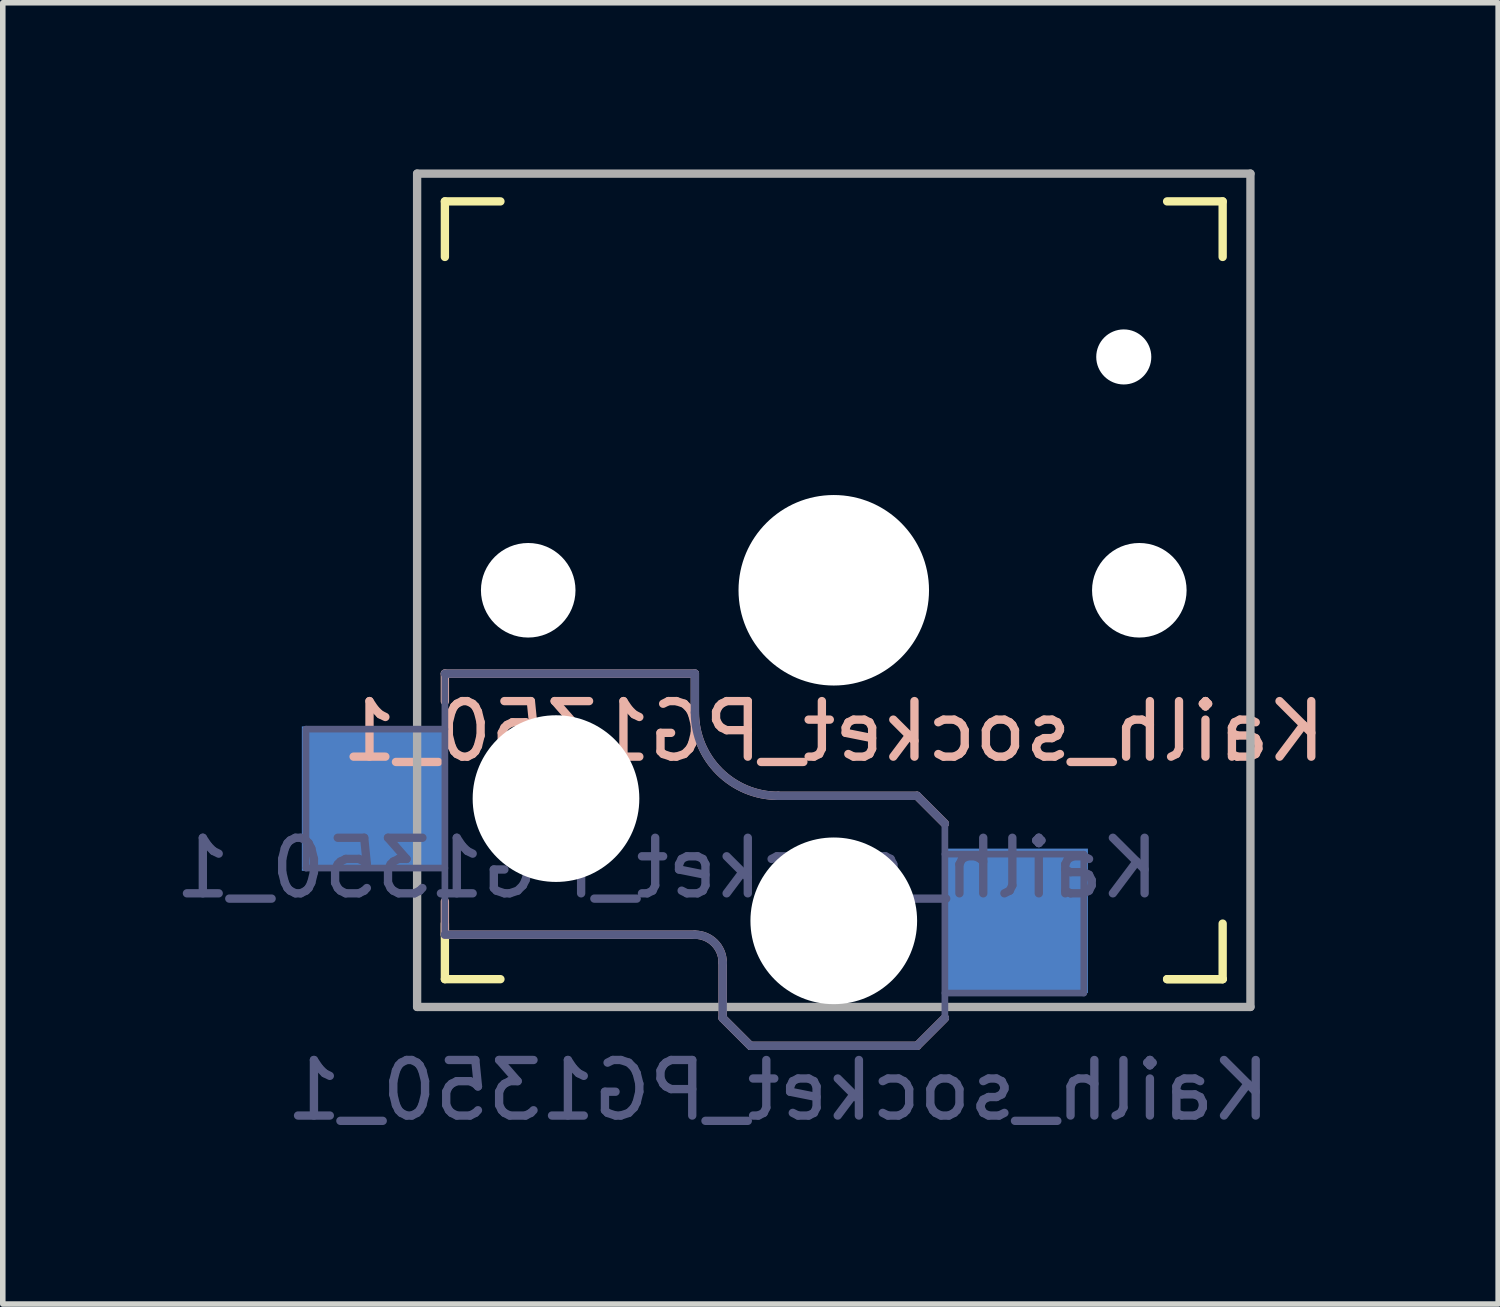
<source format=kicad_pcb>
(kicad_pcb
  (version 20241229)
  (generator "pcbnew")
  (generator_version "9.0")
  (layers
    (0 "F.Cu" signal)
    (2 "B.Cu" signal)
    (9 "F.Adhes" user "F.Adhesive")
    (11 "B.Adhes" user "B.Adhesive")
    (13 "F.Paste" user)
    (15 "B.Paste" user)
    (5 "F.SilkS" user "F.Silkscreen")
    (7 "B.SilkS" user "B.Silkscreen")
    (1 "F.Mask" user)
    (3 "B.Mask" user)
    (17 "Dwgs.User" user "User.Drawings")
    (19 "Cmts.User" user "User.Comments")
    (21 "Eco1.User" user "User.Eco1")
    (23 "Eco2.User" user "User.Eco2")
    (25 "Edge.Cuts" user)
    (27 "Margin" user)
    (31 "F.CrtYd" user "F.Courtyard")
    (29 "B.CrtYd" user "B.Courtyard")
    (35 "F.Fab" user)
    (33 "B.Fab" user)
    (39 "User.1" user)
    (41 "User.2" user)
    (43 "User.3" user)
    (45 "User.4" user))
  (footprint "Kailh_socket_PG1350_1"
    (layer "F.Cu")
    (at 11.958 7.575)
    (property "Reference" "Kailh_socket_PG1350_1" (at 0 2.54 0) (layer "B.SilkS") (effects (font (size 1 1) (thickness 0.15)) (justify mirror)))
    (property "Value" "Kailh_socket_PG1350_1" (at 0 8.255 0) (layer "F.Fab") (hide yes) (effects (font (size 1 1) (thickness 0.15))))
    (attr smd)
    (fp_line (start -7 -6) (end -7 -7) (stroke (width 0.15) (type solid)) (layer "F.SilkS"))
    (fp_line (start -7 7) (end -7 6) (stroke (width 0.15) (type solid)) (layer "F.SilkS"))
    (fp_line (start -7 7) (end -6 7) (stroke (width 0.15) (type solid)) (layer "F.SilkS"))
    (fp_line (start -6 -7) (end -7 -7) (stroke (width 0.15) (type solid)) (layer "F.SilkS"))
    (fp_line (start 6 7) (end 7 7) (stroke (width 0.15) (type solid)) (layer "F.SilkS"))
    (fp_line (start 7 -7) (end 6 -7) (stroke (width 0.15) (type solid)) (layer "F.SilkS"))
    (fp_line (start 7 -7) (end 7 -6) (stroke (width 0.15) (type solid)) (layer "F.SilkS"))
    (fp_line (start 7 6) (end 7 7) (stroke (width 0.15) (type solid)) (layer "F.SilkS"))
    (fp_line (start 7 7) (end 6 7) (stroke (width 0.15) (type solid)) (layer "F.SilkS"))
    (fp_line (start -7 1.5) (end -7 2) (stroke (width 0.15) (type solid)) (layer "B.SilkS"))
    (fp_line (start -7 5.6) (end -7 6.2) (stroke (width 0.15) (type solid)) (layer "B.SilkS"))
    (fp_line (start -7 6.2) (end -2.5 6.2) (stroke (width 0.15) (type solid)) (layer "B.SilkS"))
    (fp_line (start -2.5 1.5) (end -7 1.5) (stroke (width 0.15) (type solid)) (layer "B.SilkS"))
    (fp_line (start -2.5 2.2) (end -2.5 1.5) (stroke (width 0.15) (type solid)) (layer "B.SilkS"))
    (fp_line (start -2 6.7) (end -2 7.7) (stroke (width 0.15) (type solid)) (layer "B.SilkS"))
    (fp_line (start -1.5 8.2) (end -2 7.7) (stroke (width 0.15) (type solid)) (layer "B.SilkS"))
    (fp_line (start 1.5 3.7) (end -1 3.7) (stroke (width 0.15) (type solid)) (layer "B.SilkS"))
    (fp_line (start 1.5 8.2) (end -1.5 8.2) (stroke (width 0.15) (type solid)) (layer "B.SilkS"))
    (fp_line (start 2 4.2) (end 1.5 3.7) (stroke (width 0.15) (type solid)) (layer "B.SilkS"))
    (fp_line (start 2 7.7) (end 1.5 8.2) (stroke (width 0.15) (type solid)) (layer "B.SilkS"))
    (fp_arc (start -2.5 6.2) (mid -2.146447 6.346447) (end -2 6.7) (stroke (width 0.15) (type solid)) (layer "B.SilkS"))
    (fp_arc (start -1 3.7) (mid -2.06066 3.26066) (end -2.5 2.2) (stroke (width 0.15) (type solid)) (layer "B.SilkS"))
    (fp_line (start -6.9 6.9) (end -6.9 -6.9) (stroke (width 0.15) (type solid)) (layer "Eco2.User"))
    (fp_line (start -6.9 6.9) (end 6.9 6.9) (stroke (width 0.15) (type solid)) (layer "Eco2.User"))
    (fp_line (start -1.524 -3.1) (end -1.524 -6.3) (stroke (width 0.15) (type solid)) (layer "Eco2.User"))
    (fp_line (start -1.524 -3.1) (end 1.524 -3.1) (stroke (width 0.15) (type solid)) (layer "Eco2.User"))
    (fp_line (start 1.524 -6.3) (end -1.524 -6.3) (stroke (width 0.15) (type solid)) (layer "Eco2.User"))
    (fp_line (start 1.524 -3.1) (end 1.524 -6.3) (stroke (width 0.15) (type solid)) (layer "Eco2.User"))
    (fp_line (start 6.9 -6.9) (end -6.9 -6.9) (stroke (width 0.15) (type solid)) (layer "Eco2.User"))
    (fp_line (start 6.9 -6.9) (end 6.9 6.9) (stroke (width 0.15) (type solid)) (layer "Eco2.User"))
    (fp_line (start -9.5 2.5) (end -7 2.5) (stroke (width 0.12) (type solid)) (layer "B.Fab"))
    (fp_line (start -9.5 5) (end -9.5 2.5) (stroke (width 0.12) (type solid)) (layer "B.Fab"))
    (fp_line (start -7 1.5) (end -7 6.2) (stroke (width 0.12) (type solid)) (layer "B.Fab"))
    (fp_line (start -7 5) (end -9.5 5) (stroke (width 0.12) (type solid)) (layer "B.Fab"))
    (fp_line (start -7 6.2) (end -2.5 6.2) (stroke (width 0.15) (type solid)) (layer "B.Fab"))
    (fp_line (start -2.5 1.5) (end -7 1.5) (stroke (width 0.15) (type solid)) (layer "B.Fab"))
    (fp_line (start -2.5 2.2) (end -2.5 1.5) (stroke (width 0.15) (type solid)) (layer "B.Fab"))
    (fp_line (start -2 6.7) (end -2 7.7) (stroke (width 0.15) (type solid)) (layer "B.Fab"))
    (fp_line (start -1.5 8.2) (end -2 7.7) (stroke (width 0.15) (type solid)) (layer "B.Fab"))
    (fp_line (start 1.5 3.7) (end -1 3.7) (stroke (width 0.15) (type solid)) (layer "B.Fab"))
    (fp_line (start 1.5 8.2) (end -1.5 8.2) (stroke (width 0.15) (type solid)) (layer "B.Fab"))
    (fp_line (start 2 4.2) (end 1.5 3.7) (stroke (width 0.15) (type solid)) (layer "B.Fab"))
    (fp_line (start 2 4.25) (end 2 7.7) (stroke (width 0.12) (type solid)) (layer "B.Fab"))
    (fp_line (start 2 4.75) (end 4.5 4.75) (stroke (width 0.12) (type solid)) (layer "B.Fab"))
    (fp_line (start 2 7.7) (end 1.5 8.2) (stroke (width 0.15) (type solid)) (layer "B.Fab"))
    (fp_line (start 4.5 4.75) (end 4.5 7.25) (stroke (width 0.12) (type solid)) (layer "B.Fab"))
    (fp_line (start 4.5 7.25) (end 2 7.25) (stroke (width 0.12) (type solid)) (layer "B.Fab"))
    (fp_arc (start -2.5 6.2) (mid -2.146447 6.346447) (end -2 6.7) (stroke (width 0.15) (type solid)) (layer "B.Fab"))
    (fp_arc (start -1 3.7) (mid -2.06066 3.26066) (end -2.5 2.2) (stroke (width 0.15) (type solid)) (layer "B.Fab"))
    (fp_line (start -7.5 -7.5) (end 7.5 -7.5) (stroke (width 0.15) (type solid)) (layer "F.Fab"))
    (fp_line (start -7.5 7.5) (end -7.5 -7.5) (stroke (width 0.15) (type solid)) (layer "F.Fab"))
    (fp_line (start 7.5 -7.5) (end 7.5 7.5) (stroke (width 0.15) (type solid)) (layer "F.Fab"))
    (fp_line (start 7.5 7.5) (end -7.5 7.5) (stroke (width 0.15) (type solid)) (layer "F.Fab"))
    (fp_text user "${VALUE}" (at -1 9 0) (layer "B.Fab") (effects (font (size 1 1) (thickness 0.15)) (justify mirror)))
    (fp_text user "${REFERENCE}" (at -3 5 0) (layer "B.Fab") (effects (font (size 1 1) (thickness 0.15)) (justify mirror)))
    (pad "" np_thru_hole circle (at -5.5 0) (size 1.702 1.702) (drill 1.702) (layers "*.Cu" "*.Mask"))
    (pad "" np_thru_hole circle (at -5 3.75) (size 3 3) (drill 3) (layers "*.Cu" "*.Mask"))
    (pad "" np_thru_hole circle (at 0 0) (size 3.429 3.429) (drill 3.429) (layers "*.Cu" "*.Mask"))
    (pad "" np_thru_hole circle (at 0 5.95) (size 3 3) (drill 3) (layers "*.Cu" "*.Mask"))
    (pad "" np_thru_hole circle (at 5.22 -4.2) (size 0.991 0.991) (drill 0.991) (layers "*.Cu" "*.Mask"))
    (pad "" np_thru_hole circle (at 5.5 0) (size 1.702 1.702) (drill 1.702) (layers "*.Cu" "*.Mask"))
    (pad "1" smd rect (at 3.275 5.95) (size 2.6 2.6) (layers "B.Cu" "B.Mask" "B.Paste"))
    (pad "2" smd rect (at -8.275 3.75) (size 2.6 2.6) (layers "B.Cu" "B.Mask" "B.Paste")))
  (gr_rect
    (start -3 -3)
    (end 23.917 20.423)
    (stroke (width 0.1) (type default))
    (fill no)
    (layer "Edge.Cuts")))
</source>
